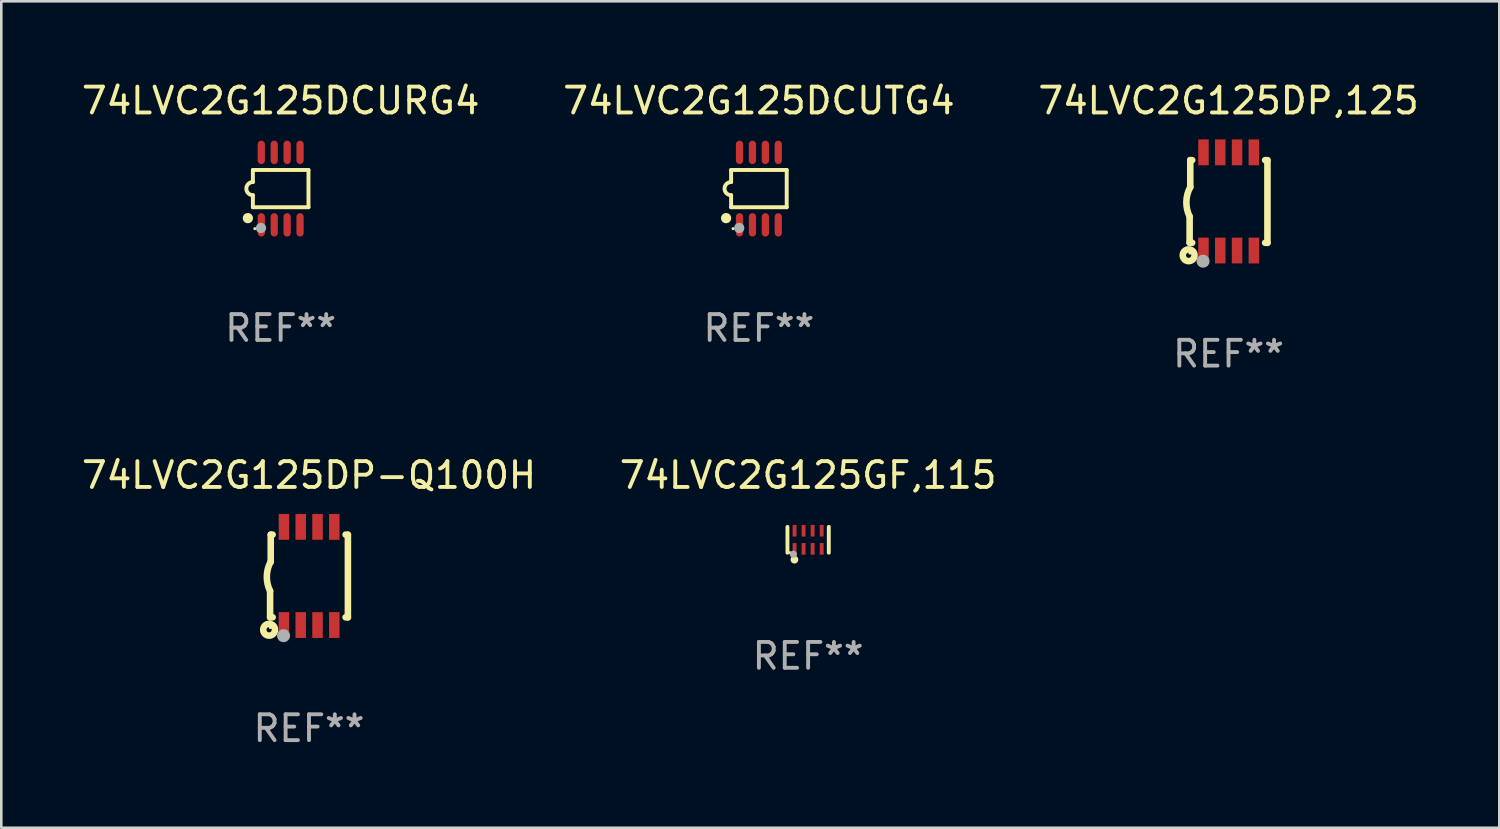
<source format=kicad_pcb>
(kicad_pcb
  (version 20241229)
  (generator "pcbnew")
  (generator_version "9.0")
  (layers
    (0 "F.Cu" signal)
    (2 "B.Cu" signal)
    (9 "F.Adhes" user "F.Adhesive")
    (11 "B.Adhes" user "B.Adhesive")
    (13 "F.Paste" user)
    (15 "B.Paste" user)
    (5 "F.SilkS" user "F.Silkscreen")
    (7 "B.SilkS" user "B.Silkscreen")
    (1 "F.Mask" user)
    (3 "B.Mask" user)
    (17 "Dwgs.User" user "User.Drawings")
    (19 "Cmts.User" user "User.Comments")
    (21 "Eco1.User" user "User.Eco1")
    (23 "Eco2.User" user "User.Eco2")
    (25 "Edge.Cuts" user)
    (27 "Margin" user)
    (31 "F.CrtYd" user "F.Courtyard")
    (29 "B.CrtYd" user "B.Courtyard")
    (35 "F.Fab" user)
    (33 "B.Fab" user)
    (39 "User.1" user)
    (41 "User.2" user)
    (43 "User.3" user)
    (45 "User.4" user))
  (footprint "74LVC2G125DCUTG4"
    (layer "F.Cu")
    (at 26.327 4.251)
    (property "Reference" "74LVC2G125DCUTG4" (at 0 -3.403 0) (layer "F.SilkS") (effects (font (size 1 1) (thickness 0.15))))
    (attr through_hole)
    (fp_line (start -1.076 -0.721) (end 1.076 -0.721) (stroke (width 0.152) (type solid)) (layer "F.SilkS"))
    (fp_line (start -1.076 -0.254) (end -1.076 -0.721) (stroke (width 0.152) (type solid)) (layer "F.SilkS"))
    (fp_line (start -1.076 0.254) (end -1.076 0.721) (stroke (width 0.152) (type solid)) (layer "F.SilkS"))
    (fp_line (start 1.076 -0.721) (end 1.076 0.721) (stroke (width 0.152) (type solid)) (layer "F.SilkS"))
    (fp_line (start 1.076 0.721) (end -1.076 0.721) (stroke (width 0.152) (type solid)) (layer "F.SilkS"))
    (fp_arc (start -1.076226 0.254051) (mid -1.330226 0.000051) (end -1.076226 -0.253949) (stroke (width 0.151994) (type solid)) (layer "F.SilkS"))
    (fp_circle (center -1.27 1.143) (end -1.17 1.143) (stroke (width 0.2) (type solid)) (fill no) (layer "F.SilkS"))
    (fp_circle (center -1 1.55) (end -0.97 1.55) (stroke (width 0.06) (type solid)) (fill no) (layer "F.SilkS"))
    (fp_circle (center -0.762 1.524) (end -0.662 1.524) (stroke (width 0.2) (type solid)) (fill no) (layer "F.Fab"))
    (fp_text user "REF**" (at 0 5.403 0) (layer "F.Fab") (effects (font (size 1 1) (thickness 0.15))))
    (pad "1" smd oval (at -0.75 1.403) (size 0.28 0.905) (layers "F.Cu" "F.Mask" "F.Paste"))
    (pad "2" smd oval (at -0.25 1.403) (size 0.28 0.905) (layers "F.Cu" "F.Mask" "F.Paste"))
    (pad "3" smd oval (at 0.25 1.403) (size 0.28 0.905) (layers "F.Cu" "F.Mask" "F.Paste"))
    (pad "4" smd oval (at 0.75 1.403) (size 0.28 0.905) (layers "F.Cu" "F.Mask" "F.Paste"))
    (pad "5" smd oval (at 0.75 -1.403) (size 0.28 0.905) (layers "F.Cu" "F.Mask" "F.Paste"))
    (pad "6" smd oval (at 0.25 -1.403) (size 0.28 0.905) (layers "F.Cu" "F.Mask" "F.Paste"))
    (pad "7" smd oval (at -0.25 -1.403) (size 0.28 0.905) (layers "F.Cu" "F.Mask" "F.Paste"))
    (pad "8" smd oval (at -0.75 -1.403) (size 0.28 0.905) (layers "F.Cu" "F.Mask" "F.Paste")))
  (footprint "74LVC2G125GF,115"
    (layer "F.Cu")
    (at 28.232 17.845)
    (property "Reference" "74LVC2G125GF,115" (at 0 -2.5 0) (layer "F.SilkS") (effects (font (size 1 1) (thickness 0.15))))
    (attr through_hole)
    (fp_line (start -0.8 -0.5) (end -0.8 0.5) (stroke (width 0.15) (type solid)) (layer "F.SilkS"))
    (fp_line (start 0.8 -0.5) (end 0.8 0.5) (stroke (width 0.15) (type solid)) (layer "F.SilkS"))
    (fp_circle (center -0.7 0.5) (end -0.67 0.5) (stroke (width 0.06) (type solid)) (fill no) (layer "F.SilkS"))
    (fp_circle (center -0.53 0.77) (end -0.454 0.77) (stroke (width 0.15) (type solid)) (fill no) (layer "F.SilkS"))
    (fp_circle (center -0.57 0.56) (end -0.5 0.56) (stroke (width 0.14) (type solid)) (fill no) (layer "F.Fab"))
    (fp_text user "REF**" (at 0 4.5 0) (layer "F.Fab") (effects (font (size 1 1) (thickness 0.15))))
    (pad "1" smd rect (at -0.525 0.35) (size 0.15 0.45) (layers "F.Cu" "F.Mask" "F.Paste"))
    (pad "2" smd rect (at -0.175 0.35) (size 0.15 0.45) (layers "F.Cu" "F.Mask" "F.Paste"))
    (pad "3" smd rect (at 0.175 0.35) (size 0.15 0.45) (layers "F.Cu" "F.Mask" "F.Paste"))
    (pad "4" smd rect (at 0.525 0.35) (size 0.15 0.45) (layers "F.Cu" "F.Mask" "F.Paste"))
    (pad "5" smd rect (at 0.525 -0.35) (size 0.15 0.45) (layers "F.Cu" "F.Mask" "F.Paste"))
    (pad "6" smd rect (at 0.175 -0.35) (size 0.15 0.45) (layers "F.Cu" "F.Mask" "F.Paste"))
    (pad "7" smd rect (at -0.175 -0.35) (size 0.15 0.45) (layers "F.Cu" "F.Mask" "F.Paste"))
    (pad "8" smd rect (at -0.525 -0.35) (size 0.15 0.45) (layers "F.Cu" "F.Mask" "F.Paste")))
  (footprint "74LVC2G125DP-Q100H"
    (layer "F.Cu")
    (at 8.911 19.245)
    (property "Reference" "74LVC2G125DP-Q100H" (at 0 -3.9 0) (layer "F.SilkS") (effects (font (size 1 1) (thickness 0.15))))
    (attr through_hole)
    (fp_line (start -1.506 1.6) (end -1.506 0.584) (stroke (width 0.254) (type solid)) (layer "F.SilkS"))
    (fp_line (start -1.506 1.6) (end -1.407 1.6) (stroke (width 0.254) (type solid)) (layer "F.SilkS"))
    (fp_line (start -1.481 -1.599) (end -1.481 -0.549) (stroke (width 0.254) (type solid)) (layer "F.SilkS"))
    (fp_line (start -1.481 -1.599) (end -1.407 -1.599) (stroke (width 0.254) (type solid)) (layer "F.SilkS"))
    (fp_line (start 1.417 -1.599) (end 1.506 -1.599) (stroke (width 0.254) (type solid)) (layer "F.SilkS"))
    (fp_line (start 1.417 1.6) (end 1.506 1.6) (stroke (width 0.254) (type solid)) (layer "F.SilkS"))
    (fp_line (start 1.506 1.603) (end 1.506 -1.595) (stroke (width 0.254) (type solid)) (layer "F.SilkS"))
    (fp_arc (start -1.506223 0.584328) (mid -1.632455 0.00974) (end -1.480823 -0.558674) (stroke (width 0.254001) (type solid)) (layer "F.SilkS"))
    (fp_circle (center -1.544 2.083) (end -1.443 2.083) (stroke (width 0.254) (type solid)) (fill no) (layer "F.SilkS"))
    (fp_circle (center -1.495 2) (end -1.465 2) (stroke (width 0.06) (type solid)) (fill no) (layer "F.SilkS"))
    (fp_circle (center -0.986 2.312) (end -0.859 2.312) (stroke (width 0.254) (type solid)) (fill no) (layer "F.Fab"))
    (fp_text user "REF**" (at 0 5.9 0) (layer "F.Fab") (effects (font (size 1 1) (thickness 0.15))))
    (pad "1" smd rect (at -0.97 1.9 90) (size 1 0.406) (layers "F.Cu" "F.Mask" "F.Paste"))
    (pad "2" smd rect (at -0.32 1.9 90) (size 1 0.406) (layers "F.Cu" "F.Mask" "F.Paste"))
    (pad "3" smd rect (at 0.33 1.9 90) (size 1 0.406) (layers "F.Cu" "F.Mask" "F.Paste"))
    (pad "4" smd rect (at 0.98 1.9 90) (size 1 0.406) (layers "F.Cu" "F.Mask" "F.Paste"))
    (pad "5" smd rect (at 0.98 -1.9 90) (size 1 0.406) (layers "F.Cu" "F.Mask" "F.Paste"))
    (pad "6" smd rect (at 0.33 -1.9 90) (size 1 0.406) (layers "F.Cu" "F.Mask" "F.Paste"))
    (pad "7" smd rect (at -0.32 -1.9 90) (size 1 0.406) (layers "F.Cu" "F.Mask" "F.Paste"))
    (pad "8" smd rect (at -0.97 -1.9 90) (size 1 0.406) (layers "F.Cu" "F.Mask" "F.Paste")))
  (footprint "74LVC2G125DCURG4"
    (layer "F.Cu")
    (at 7.815 4.251)
    (property "Reference" "74LVC2G125DCURG4" (at 0 -3.403 0) (layer "F.SilkS") (effects (font (size 1 1) (thickness 0.15))))
    (attr through_hole)
    (fp_line (start -1.076 -0.721) (end 1.076 -0.721) (stroke (width 0.152) (type solid)) (layer "F.SilkS"))
    (fp_line (start -1.076 -0.254) (end -1.076 -0.721) (stroke (width 0.152) (type solid)) (layer "F.SilkS"))
    (fp_line (start -1.076 0.254) (end -1.076 0.721) (stroke (width 0.152) (type solid)) (layer "F.SilkS"))
    (fp_line (start 1.076 -0.721) (end 1.076 0.721) (stroke (width 0.152) (type solid)) (layer "F.SilkS"))
    (fp_line (start 1.076 0.721) (end -1.076 0.721) (stroke (width 0.152) (type solid)) (layer "F.SilkS"))
    (fp_arc (start -1.076226 0.254051) (mid -1.330226 0.000051) (end -1.076226 -0.253949) (stroke (width 0.151994) (type solid)) (layer "F.SilkS"))
    (fp_circle (center -1.27 1.143) (end -1.17 1.143) (stroke (width 0.2) (type solid)) (fill no) (layer "F.SilkS"))
    (fp_circle (center -1 1.55) (end -0.97 1.55) (stroke (width 0.06) (type solid)) (fill no) (layer "F.SilkS"))
    (fp_circle (center -0.762 1.524) (end -0.662 1.524) (stroke (width 0.2) (type solid)) (fill no) (layer "F.Fab"))
    (fp_text user "REF**" (at 0 5.403 0) (layer "F.Fab") (effects (font (size 1 1) (thickness 0.15))))
    (pad "1" smd oval (at -0.75 1.403) (size 0.28 0.905) (layers "F.Cu" "F.Mask" "F.Paste"))
    (pad "2" smd oval (at -0.25 1.403) (size 0.28 0.905) (layers "F.Cu" "F.Mask" "F.Paste"))
    (pad "3" smd oval (at 0.25 1.403) (size 0.28 0.905) (layers "F.Cu" "F.Mask" "F.Paste"))
    (pad "4" smd oval (at 0.75 1.403) (size 0.28 0.905) (layers "F.Cu" "F.Mask" "F.Paste"))
    (pad "5" smd oval (at 0.75 -1.403) (size 0.28 0.905) (layers "F.Cu" "F.Mask" "F.Paste"))
    (pad "6" smd oval (at 0.25 -1.403) (size 0.28 0.905) (layers "F.Cu" "F.Mask" "F.Paste"))
    (pad "7" smd oval (at -0.25 -1.403) (size 0.28 0.905) (layers "F.Cu" "F.Mask" "F.Paste"))
    (pad "8" smd oval (at -0.75 -1.403) (size 0.28 0.905) (layers "F.Cu" "F.Mask" "F.Paste")))
  (footprint "74LVC2G125DP,125"
    (layer "F.Cu")
    (at 44.506 4.748)
    (property "Reference" "74LVC2G125DP,125" (at 0 -3.9 0) (layer "F.SilkS") (effects (font (size 1 1) (thickness 0.15))))
    (attr through_hole)
    (fp_line (start -1.506 1.6) (end -1.506 0.584) (stroke (width 0.254) (type solid)) (layer "F.SilkS"))
    (fp_line (start -1.506 1.6) (end -1.407 1.6) (stroke (width 0.254) (type solid)) (layer "F.SilkS"))
    (fp_line (start -1.481 -1.599) (end -1.481 -0.549) (stroke (width 0.254) (type solid)) (layer "F.SilkS"))
    (fp_line (start -1.481 -1.599) (end -1.407 -1.599) (stroke (width 0.254) (type solid)) (layer "F.SilkS"))
    (fp_line (start 1.417 -1.599) (end 1.506 -1.599) (stroke (width 0.254) (type solid)) (layer "F.SilkS"))
    (fp_line (start 1.417 1.6) (end 1.506 1.6) (stroke (width 0.254) (type solid)) (layer "F.SilkS"))
    (fp_line (start 1.506 1.603) (end 1.506 -1.595) (stroke (width 0.254) (type solid)) (layer "F.SilkS"))
    (fp_arc (start -1.506223 0.584328) (mid -1.632455 0.00974) (end -1.480823 -0.558674) (stroke (width 0.254001) (type solid)) (layer "F.SilkS"))
    (fp_circle (center -1.544 2.083) (end -1.443 2.083) (stroke (width 0.254) (type solid)) (fill no) (layer "F.SilkS"))
    (fp_circle (center -1.495 2) (end -1.465 2) (stroke (width 0.06) (type solid)) (fill no) (layer "F.SilkS"))
    (fp_circle (center -0.986 2.312) (end -0.859 2.312) (stroke (width 0.254) (type solid)) (fill no) (layer "F.Fab"))
    (fp_text user "REF**" (at 0 5.9 0) (layer "F.Fab") (effects (font (size 1 1) (thickness 0.15))))
    (pad "1" smd rect (at -0.97 1.9 90) (size 1 0.406) (layers "F.Cu" "F.Mask" "F.Paste"))
    (pad "2" smd rect (at -0.32 1.9 90) (size 1 0.406) (layers "F.Cu" "F.Mask" "F.Paste"))
    (pad "3" smd rect (at 0.33 1.9 90) (size 1 0.406) (layers "F.Cu" "F.Mask" "F.Paste"))
    (pad "4" smd rect (at 0.98 1.9 90) (size 1 0.406) (layers "F.Cu" "F.Mask" "F.Paste"))
    (pad "5" smd rect (at 0.98 -1.9 90) (size 1 0.406) (layers "F.Cu" "F.Mask" "F.Paste"))
    (pad "6" smd rect (at 0.33 -1.9 90) (size 1 0.406) (layers "F.Cu" "F.Mask" "F.Paste"))
    (pad "7" smd rect (at -0.32 -1.9 90) (size 1 0.406) (layers "F.Cu" "F.Mask" "F.Paste"))
    (pad "8" smd rect (at -0.97 -1.9 90) (size 1 0.406) (layers "F.Cu" "F.Mask" "F.Paste")))
  (gr_rect
    (start -3 -3)
    (end 54.988 28.993)
    (stroke (width 0.1) (type default))
    (fill no)
    (layer "Edge.Cuts")))
</source>
